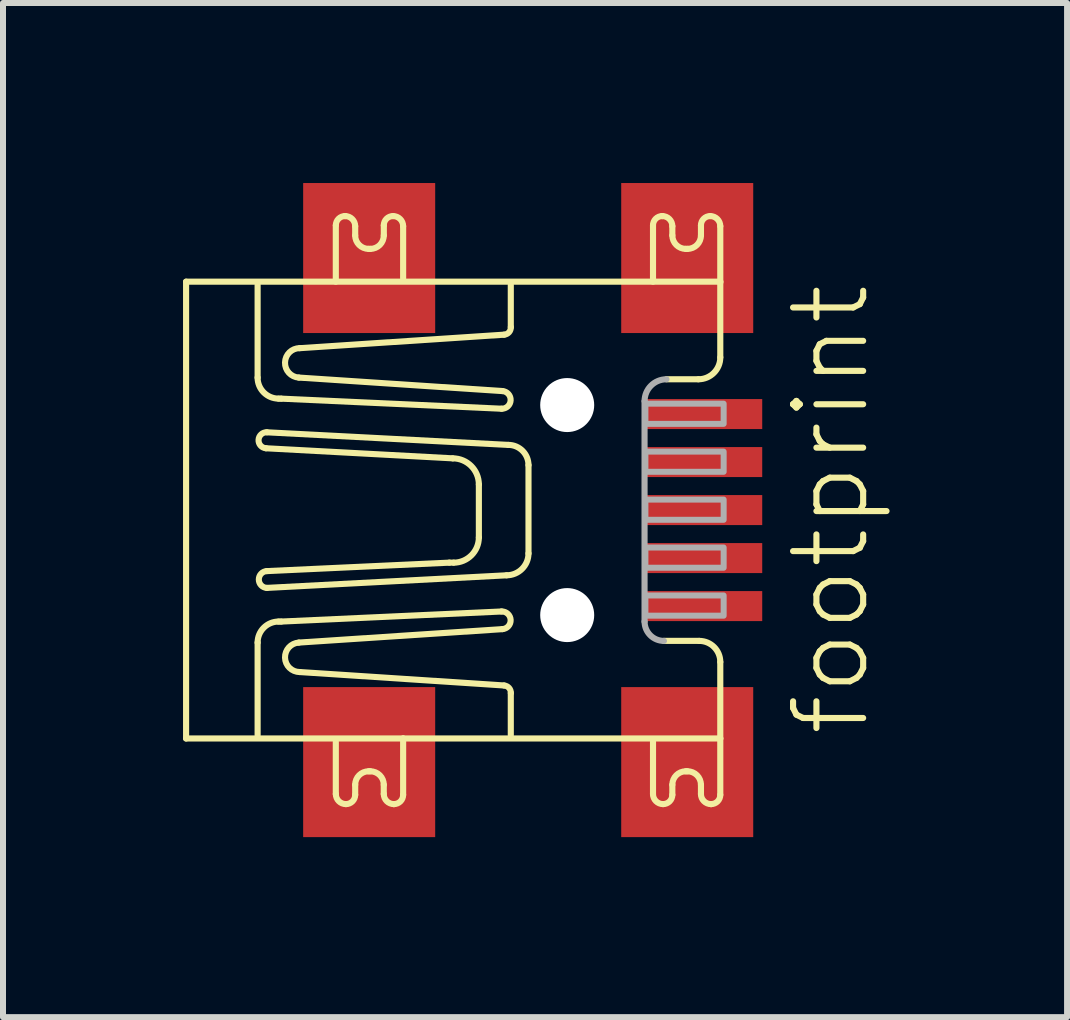
<source format=kicad_pcb>
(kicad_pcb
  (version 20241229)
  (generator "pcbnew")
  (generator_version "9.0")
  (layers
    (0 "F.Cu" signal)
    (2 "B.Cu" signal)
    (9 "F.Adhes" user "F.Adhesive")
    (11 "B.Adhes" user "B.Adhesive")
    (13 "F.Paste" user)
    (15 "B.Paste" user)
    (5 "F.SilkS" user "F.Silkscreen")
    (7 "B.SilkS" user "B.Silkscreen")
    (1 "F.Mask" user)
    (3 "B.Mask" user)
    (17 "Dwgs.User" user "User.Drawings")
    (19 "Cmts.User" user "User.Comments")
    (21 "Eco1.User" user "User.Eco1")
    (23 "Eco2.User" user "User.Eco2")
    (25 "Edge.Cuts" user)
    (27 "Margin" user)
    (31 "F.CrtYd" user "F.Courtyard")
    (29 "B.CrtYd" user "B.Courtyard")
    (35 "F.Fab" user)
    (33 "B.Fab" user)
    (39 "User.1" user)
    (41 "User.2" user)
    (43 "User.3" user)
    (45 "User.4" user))
  (footprint "footprint"
    (layer "F.Cu")
    (at 6.402 5.45)
    (property "Reference" "footprint" (at 5.08 3.81 90) (layer "F.SilkS") (effects (font (size 1.168 1.168) (thickness 0.102)) (justify left bottom)))
    (fp_line (start -6.351 -3.806) (end 2.551 -3.806) (stroke (width 0.102) (type solid)) (layer "F.SilkS"))
    (fp_line (start -6.351 3.806) (end -6.351 -3.806) (stroke (width 0.102) (type solid)) (layer "F.SilkS"))
    (fp_line (start -5.159 -3.75) (end -5.159 -2.208) (stroke (width 0.102) (type solid)) (layer "F.SilkS"))
    (fp_line (start -5.159 3.75) (end -5.159 2.208) (stroke (width 0.102) (type solid)) (layer "F.SilkS"))
    (fp_line (start -5.019 -1.03) (end -1.907 -0.862) (stroke (width 0.102) (type solid)) (layer "F.SilkS"))
    (fp_line (start -5.005 1.297) (end -1.01 1.087) (stroke (width 0.102) (type solid)) (layer "F.SilkS"))
    (fp_line (start -4.809 -1.857) (end -4.767 -1.857) (stroke (width 0.102) (type solid)) (layer "F.SilkS"))
    (fp_line (start -4.809 1.858) (end -4.767 1.858) (stroke (width 0.102) (type solid)) (layer "F.SilkS"))
    (fp_line (start -4.767 -1.857) (end -1.094 -1.689) (stroke (width 0.102) (type solid)) (layer "F.SilkS"))
    (fp_line (start -4.767 1.858) (end -1.094 1.69) (stroke (width 0.102) (type solid)) (layer "F.SilkS"))
    (fp_line (start -4.458 -2.698) (end -1.052 -2.923) (stroke (width 0.102) (type solid)) (layer "F.SilkS"))
    (fp_line (start -4.458 2.699) (end -1.052 2.923) (stroke (width 0.102) (type solid)) (layer "F.SilkS"))
    (fp_line (start -3.856 4.732) (end -3.856 3.862) (stroke (width 0.102) (type solid)) (layer "F.SilkS"))
    (fp_line (start -3.856 -3.806) (end -3.856 -4.745) (stroke (width 0.102) (type solid)) (layer "F.SilkS"))
    (fp_line (start -3.701 -4.899) (end -3.701 -4.899) (stroke (width 0.102) (type solid)) (layer "F.SilkS"))
    (fp_line (start -3.533 4.577) (end -3.533 4.746) (stroke (width 0.102) (type solid)) (layer "F.SilkS"))
    (fp_line (start -3.533 -4.731) (end -3.533 -4.577) (stroke (width 0.102) (type solid)) (layer "F.SilkS"))
    (fp_line (start -3.309 -4.353) (end -3.281 -4.353) (stroke (width 0.102) (type solid)) (layer "F.SilkS"))
    (fp_line (start -3.281 4.353) (end -3.309 4.353) (stroke (width 0.102) (type solid)) (layer "F.SilkS"))
    (fp_line (start -3.057 4.732) (end -3.057 4.577) (stroke (width 0.102) (type solid)) (layer "F.SilkS"))
    (fp_line (start -3.056 -4.577) (end -3.056 -4.745) (stroke (width 0.102) (type solid)) (layer "F.SilkS"))
    (fp_line (start -2.888 4.9) (end -2.888 4.9) (stroke (width 0.102) (type solid)) (layer "F.SilkS"))
    (fp_line (start -2.734 3.806) (end -6.351 3.806) (stroke (width 0.102) (type solid)) (layer "F.SilkS"))
    (fp_line (start -2.734 3.806) (end -2.734 4.746) (stroke (width 0.102) (type solid)) (layer "F.SilkS"))
    (fp_line (start -2.734 -4.731) (end -2.734 -3.862) (stroke (width 0.102) (type solid)) (layer "F.SilkS"))
    (fp_line (start -1.963 0.876) (end -5.005 1.017) (stroke (width 0.102) (type solid)) (layer "F.SilkS"))
    (fp_line (start -1.893 0.876) (end -1.963 0.876) (stroke (width 0.102) (type solid)) (layer "F.SilkS"))
    (fp_line (start -1.472 -0.427) (end -1.472 0.456) (stroke (width 0.102) (type solid)) (layer "F.SilkS"))
    (fp_line (start -1.08 -1.983) (end -4.472 -2.208) (stroke (width 0.102) (type solid)) (layer "F.SilkS"))
    (fp_line (start -1.08 1.984) (end -4.472 2.208) (stroke (width 0.102) (type solid)) (layer "F.SilkS"))
    (fp_line (start -0.982 -1.086) (end -5.005 -1.296) (stroke (width 0.102) (type solid)) (layer "F.SilkS"))
    (fp_line (start -0.94 -3.049) (end -0.94 -3.75) (stroke (width 0.102) (type solid)) (layer "F.SilkS"))
    (fp_line (start -0.94 3.049) (end -0.94 3.75) (stroke (width 0.102) (type solid)) (layer "F.SilkS"))
    (fp_line (start -0.645 0.722) (end -0.645 -0.75) (stroke (width 0.102) (type solid)) (layer "F.SilkS"))
    (fp_line (start 1.43 4.732) (end 1.43 3.862) (stroke (width 0.102) (type solid)) (layer "F.SilkS"))
    (fp_line (start 1.43 -3.806) (end 1.43 -4.745) (stroke (width 0.102) (type solid)) (layer "F.SilkS"))
    (fp_line (start 1.584 -4.899) (end 1.584 -4.899) (stroke (width 0.102) (type solid)) (layer "F.SilkS"))
    (fp_line (start 1.612 2.18) (end 2.201 2.18) (stroke (width 0.102) (type solid)) (layer "F.SilkS"))
    (fp_line (start 1.752 4.577) (end 1.752 4.746) (stroke (width 0.102) (type solid)) (layer "F.SilkS"))
    (fp_line (start 1.752 -4.731) (end 1.752 -4.577) (stroke (width 0.102) (type solid)) (layer "F.SilkS"))
    (fp_line (start 1.976 -4.353) (end 2.005 -4.353) (stroke (width 0.102) (type solid)) (layer "F.SilkS"))
    (fp_line (start 2.004 4.353) (end 1.976 4.353) (stroke (width 0.102) (type solid)) (layer "F.SilkS"))
    (fp_line (start 2.187 -2.18) (end 1.654 -2.18) (stroke (width 0.102) (type solid)) (layer "F.SilkS"))
    (fp_line (start 2.229 4.732) (end 2.229 4.577) (stroke (width 0.102) (type solid)) (layer "F.SilkS"))
    (fp_line (start 2.229 -4.577) (end 2.229 -4.745) (stroke (width 0.102) (type solid)) (layer "F.SilkS"))
    (fp_line (start 2.397 4.9) (end 2.397 4.9) (stroke (width 0.102) (type solid)) (layer "F.SilkS"))
    (fp_line (start 2.551 -3.806) (end 2.551 -2.544) (stroke (width 0.102) (type solid)) (layer "F.SilkS"))
    (fp_line (start 2.551 2.531) (end 2.551 3.806) (stroke (width 0.102) (type solid)) (layer "F.SilkS"))
    (fp_line (start 2.551 3.806) (end -2.734 3.806) (stroke (width 0.102) (type solid)) (layer "F.SilkS"))
    (fp_line (start 2.551 3.806) (end 2.551 4.746) (stroke (width 0.102) (type solid)) (layer "F.SilkS"))
    (fp_line (start 2.551 -4.731) (end 2.551 -3.792) (stroke (width 0.102) (type solid)) (layer "F.SilkS"))
    (fp_arc (start -5.1592 2.2083) (mid -5.056512 1.960488) (end -4.808701 1.857799) (stroke (width 0.1016) (type solid)) (layer "F.SilkS"))
    (fp_arc (start -5.0191 -1.0301) (mid -5.1453 -1.1703) (end -5.0051 -1.2965) (stroke (width 0.1016) (type solid)) (layer "F.SilkS"))
    (fp_arc (start -5.0051 1.297) (mid -5.138901 1.15685) (end -5.0051 1.0167) (stroke (width 0.1016) (type solid)) (layer "F.SilkS"))
    (fp_arc (start -4.808799 -1.857199) (mid -5.05667 -1.959829) (end -5.1593 -2.2077) (stroke (width 0.1016) (type solid)) (layer "F.SilkS"))
    (fp_arc (start -4.4724 -2.2077) (mid -4.701722 -2.459792) (end -4.4584 -2.698399) (stroke (width 0.1016) (type solid)) (layer "F.SilkS"))
    (fp_arc (start -4.4583 2.698999) (mid -4.701622 2.460392) (end -4.4723 2.2083) (stroke (width 0.1016) (type solid)) (layer "F.SilkS"))
    (fp_arc (start -3.8555 -4.7451) (mid -3.810447 -4.854319) (end -3.701198 -4.8993) (stroke (width 0.1016) (type solid)) (layer "F.SilkS"))
    (fp_arc (start -3.7013 -4.8993) (mid -3.582365 -4.850035) (end -3.5331 -4.7311) (stroke (width 0.1016) (type solid)) (layer "F.SilkS"))
    (fp_arc (start -3.6874 4.8999) (mid -3.806335 4.850635) (end -3.8556 4.7317) (stroke (width 0.1016) (type solid)) (layer "F.SilkS"))
    (fp_arc (start -3.5332 4.7457) (mid -3.578364 4.854736) (end -3.6874 4.8999) (stroke (width 0.1016) (type solid)) (layer "F.SilkS"))
    (fp_arc (start -3.533199 4.577501) (mid -3.467474 4.418926) (end -3.3089 4.3532) (stroke (width 0.1016) (type solid)) (layer "F.SilkS"))
    (fp_arc (start -3.308799 -4.352599) (mid -3.467433 -4.418266) (end -3.5331 -4.5769) (stroke (width 0.1016) (type solid)) (layer "F.SilkS"))
    (fp_arc (start -3.2808 4.3532) (mid -3.122137 4.418837) (end -3.0565 4.5775) (stroke (width 0.1016) (type solid)) (layer "F.SilkS"))
    (fp_arc (start -3.0564 -4.7451) (mid -3.011236 -4.854136) (end -2.9022 -4.8993) (stroke (width 0.1016) (type solid)) (layer "F.SilkS"))
    (fp_arc (start -3.0564 -4.5769) (mid -3.122037 -4.418237) (end -3.2807 -4.3526) (stroke (width 0.1016) (type solid)) (layer "F.SilkS"))
    (fp_arc (start -2.9022 -4.8993) (mid -2.783265 -4.850035) (end -2.734 -4.7311) (stroke (width 0.1016) (type solid)) (layer "F.SilkS"))
    (fp_arc (start -2.8883 4.8999) (mid -3.007235 4.850635) (end -3.0565 4.7317) (stroke (width 0.1016) (type solid)) (layer "F.SilkS"))
    (fp_arc (start -2.7341 4.7457) (mid -2.779153 4.854918) (end -2.888401 4.899899) (stroke (width 0.1016) (type solid)) (layer "F.SilkS"))
    (fp_arc (start -1.9069 -0.8619) (mid -1.599591 -0.734609) (end -1.4723 -0.4273) (stroke (width 0.1016) (type solid)) (layer "F.SilkS"))
    (fp_arc (start -1.4723 0.4559) (mid -1.595492 0.753309) (end -1.892901 0.876499) (stroke (width 0.1016) (type solid)) (layer "F.SilkS"))
    (fp_arc (start -1.0937 1.6896) (mid -0.939799 1.829813) (end -1.079698 1.983999) (stroke (width 0.1016) (type solid)) (layer "F.SilkS"))
    (fp_arc (start -1.079798 -1.983399) (mid -0.939899 -1.829213) (end -1.0938 -1.689) (stroke (width 0.1016) (type solid)) (layer "F.SilkS"))
    (fp_arc (start -1.0517 2.9233) (mid -0.96976 2.963358) (end -0.9395 3.0494) (stroke (width 0.1016) (type solid)) (layer "F.SilkS"))
    (fp_arc (start -0.981701 -1.086199) (mid -0.743789 -0.987612) (end -0.6452 -0.7497) (stroke (width 0.1016) (type solid)) (layer "F.SilkS"))
    (fp_arc (start -0.9396 -3.0488) (mid -0.969859 -2.962758) (end -1.0518 -2.9227) (stroke (width 0.1016) (type solid)) (layer "F.SilkS"))
    (fp_arc (start -0.6452 0.7223) (mid -0.75196 0.98004) (end -1.0097 1.0868) (stroke (width 0.1016) (type solid)) (layer "F.SilkS"))
    (fp_arc (start 1.4297 -4.7451) (mid 1.474782 -4.854289) (end 1.584 -4.8993) (stroke (width 0.1016) (type solid)) (layer "F.SilkS"))
    (fp_arc (start 1.5839 -4.8993) (mid 1.702835 -4.850035) (end 1.7521 -4.7311) (stroke (width 0.1016) (type solid)) (layer "F.SilkS"))
    (fp_arc (start 1.5978 4.8999) (mid 1.478865 4.850635) (end 1.4296 4.7317) (stroke (width 0.1016) (type solid)) (layer "F.SilkS"))
    (fp_arc (start 1.752 4.5775) (mid 1.817696 4.418896) (end 1.9763 4.3532) (stroke (width 0.1016) (type solid)) (layer "F.SilkS"))
    (fp_arc (start 1.752 4.7457) (mid 1.706836 4.854736) (end 1.5978 4.8999) (stroke (width 0.1016) (type solid)) (layer "F.SilkS"))
    (fp_arc (start 1.9764 -4.3526) (mid 1.817796 -4.418296) (end 1.7521 -4.5769) (stroke (width 0.1016) (type solid)) (layer "F.SilkS"))
    (fp_arc (start 2.004401 4.353199) (mid 2.163093 4.418808) (end 2.2287 4.5775) (stroke (width 0.1016) (type solid)) (layer "F.SilkS"))
    (fp_arc (start 2.2006 2.1802) (mid 2.44847 2.28283) (end 2.551099 2.530701) (stroke (width 0.1016) (type solid)) (layer "F.SilkS"))
    (fp_arc (start 2.228799 -4.576901) (mid 2.163133 -4.418267) (end 2.0045 -4.3526) (stroke (width 0.1016) (type solid)) (layer "F.SilkS"))
    (fp_arc (start 2.2288 -4.7451) (mid 2.273964 -4.854136) (end 2.383 -4.8993) (stroke (width 0.1016) (type solid)) (layer "F.SilkS"))
    (fp_arc (start 2.383 -4.8993) (mid 2.501935 -4.850035) (end 2.5512 -4.7311) (stroke (width 0.1016) (type solid)) (layer "F.SilkS"))
    (fp_arc (start 2.3969 4.8999) (mid 2.277965 4.850635) (end 2.2287 4.7317) (stroke (width 0.1016) (type solid)) (layer "F.SilkS"))
    (fp_arc (start 2.5511 -2.5442) (mid 2.44437 -2.28643) (end 2.186601 -2.179699) (stroke (width 0.1016) (type solid)) (layer "F.SilkS"))
    (fp_arc (start 2.5511 4.7457) (mid 2.506047 4.854919) (end 2.396798 4.8999) (stroke (width 0.1016) (type solid)) (layer "F.SilkS"))
    (fp_line (start 1.289 -1.815) (end 1.289 1.858) (stroke (width 0.102) (type solid)) (layer "F.Fab"))
    (fp_arc (start 1.2894 -1.8152) (mid 1.39616 -2.07294) (end 1.6539 -2.1797) (stroke (width 0.1016) (type solid)) (layer "F.Fab"))
    (fp_arc (start 1.6118 2.1802) (mid 1.383829 2.085771) (end 1.2894 1.8578) (stroke (width 0.1016) (type solid)) (layer "F.Fab"))
    (fp_poly (pts (xy 1.303 -1.437) (xy 2.607 -1.437) (xy 2.607 -1.773) (xy 1.303 -1.773)) (stroke (width 0.1) (type solid)) (fill no) (layer "F.Fab"))
    (fp_poly (pts (xy 1.303 -0.638) (xy 2.607 -0.638) (xy 2.607 -0.974) (xy 1.303 -0.974)) (stroke (width 0.1) (type solid)) (fill no) (layer "F.Fab"))
    (fp_poly (pts (xy 1.303 0.162) (xy 2.607 0.162) (xy 2.607 -0.175) (xy 1.303 -0.175)) (stroke (width 0.1) (type solid)) (fill no) (layer "F.Fab"))
    (fp_poly (pts (xy 1.303 0.961) (xy 2.607 0.961) (xy 2.607 0.624) (xy 1.303 0.624)) (stroke (width 0.1) (type solid)) (fill no) (layer "F.Fab"))
    (fp_poly (pts (xy 1.303 1.76) (xy 2.607 1.76) (xy 2.607 1.423) (xy 1.303 1.423)) (stroke (width 0.1) (type solid)) (fill no) (layer "F.Fab"))
    (pad "" np_thru_hole circle (at 0 -1.75) (size 0.9 0.9) (drill 0.9) (layers "*.Cu" "*.Mask"))
    (pad "" np_thru_hole circle (at 0 1.75) (size 0.9 0.9) (drill 0.9) (layers "*.Cu" "*.Mask"))
    (pad "1" smd rect (at 2.25 -1.6) (size 2 0.5) (layers "F.Cu" "F.Mask" "F.Paste"))
    (pad "2" smd rect (at 2.25 -0.8) (size 2 0.5) (layers "F.Cu" "F.Mask" "F.Paste"))
    (pad "3" smd rect (at 2.25 0) (size 2 0.5) (layers "F.Cu" "F.Mask" "F.Paste"))
    (pad "4" smd rect (at 2.25 0.8) (size 2 0.5) (layers "F.Cu" "F.Mask" "F.Paste"))
    (pad "5" smd rect (at 2.25 1.6) (size 2 0.5) (layers "F.Cu" "F.Mask" "F.Paste"))
    (pad "M1" smd rect (at -3.3 4.2) (size 2.2 2.5) (layers "F.Cu" "F.Mask" "F.Paste"))
    (pad "M2" smd rect (at -3.3 -4.2) (size 2.2 2.5) (layers "F.Cu" "F.Mask" "F.Paste"))
    (pad "M3" smd rect (at 2 -4.2) (size 2.2 2.5) (layers "F.Cu" "F.Mask" "F.Paste"))
    (pad "M4" smd rect (at 2 4.2) (size 2.2 2.5) (layers "F.Cu" "F.Mask" "F.Paste"))
    (zone (net_name "") (layer "F.Cu") (hatch edge 0.508) (connect_pads) (min_thickness 0.254) (filled_areas_thickness no) (keepout (tracks not_allowed) (vias not_allowed) (pads not_allowed) (copperpour not_allowed) (footprints allowed)) (placement (enabled no)) (fill) (polygon (pts (xy 0.002 9.3) (xy 1.977 9.3) (xy 1.977 1.6) (xy 0.002 1.6))))
    (zone (net_name "") (layer "F.Cu") (hatch edge 0.508) (connect_pads) (min_thickness 0.254) (filled_areas_thickness no) (keepout (tracks not_allowed) (vias not_allowed) (pads not_allowed) (copperpour not_allowed) (footprints allowed)) (placement (enabled no)) (fill) (polygon (pts (xy 1.977 8.375) (xy 4.227 8.375) (xy 4.227 2.525) (xy 1.977 2.525))))
    (zone (net_name "") (layer "F.Cu") (hatch edge 0.508) (connect_pads) (min_thickness 0.254) (filled_areas_thickness no) (keepout (tracks not_allowed) (vias not_allowed) (pads not_allowed) (copperpour not_allowed) (footprints allowed)) (placement (enabled no)) (fill) (polygon (pts (xy 4.227 9.3) (xy 5.952 9.3) (xy 5.952 1.6) (xy 4.227 1.6))))
    (zone (net_name "") (layer "F.Cu") (hatch edge 0.508) (connect_pads) (min_thickness 0.254) (filled_areas_thickness no) (keepout (tracks not_allowed) (vias not_allowed) (pads not_allowed) (copperpour not_allowed) (footprints allowed)) (placement (enabled no)) (fill) (polygon (pts (xy 5.952 6.75) (xy 6.852 6.75) (xy 6.852 4.15) (xy 5.952 4.15))))
    (zone (net_name "") (layer "F.Cu") (hatch edge 0.508) (connect_pads) (min_thickness 0.254) (filled_areas_thickness no) (keepout (tracks not_allowed) (vias not_allowed) (pads not_allowed) (copperpour not_allowed) (footprints allowed)) (placement (enabled no)) (fill) (polygon (pts (xy 6.852 7.3) (xy 7.627 7.3) (xy 7.627 3.6) (xy 6.852 3.6)))))
  (gr_rect
    (start -3 -3)
    (end 14.732 13.9)
    (stroke (width 0.1) (type default))
    (fill no)
    (layer "Edge.Cuts")))
</source>
